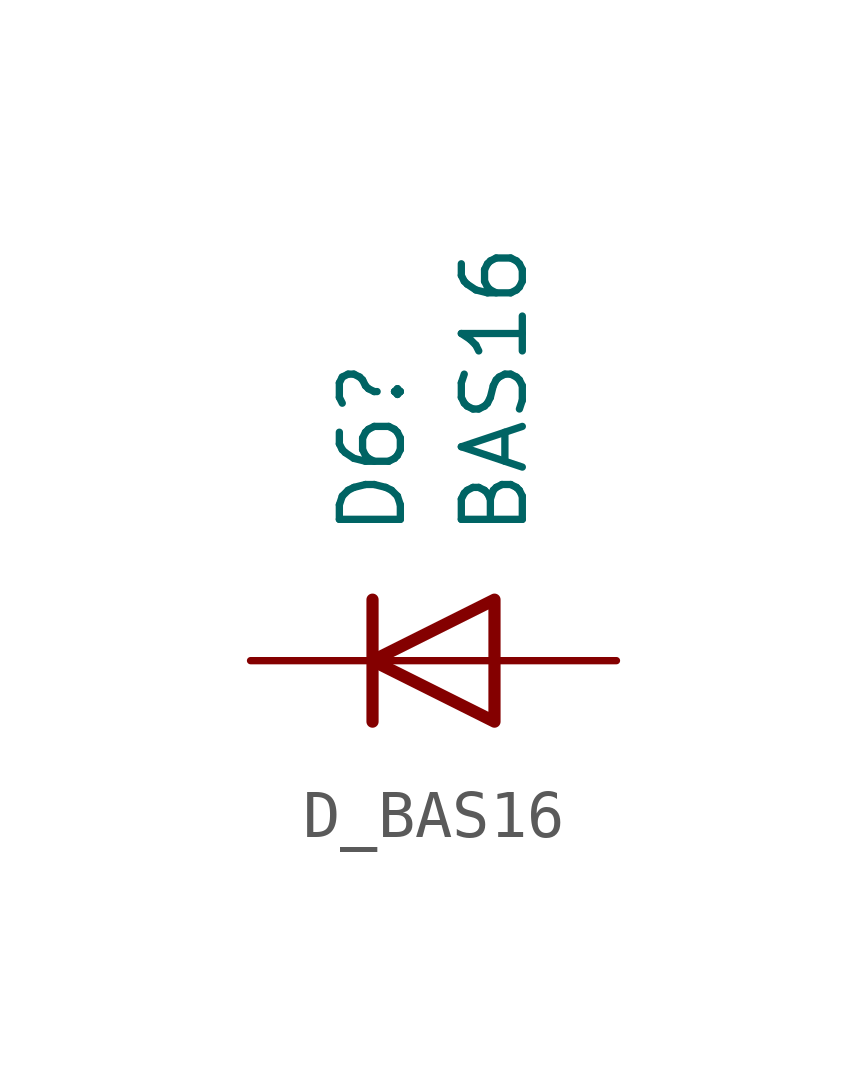
<source format=kicad_sym>
(kicad_symbol_lib
  (version 20241209)
  (generator "kicad_symbol_editor")
  (generator_version "9.0")
  (symbol "D_BAS16"
    (pin_numbers
      (hide yes))
    (pin_names
      (offset 1.016)
      (hide yes))
    (property "Reference" "D6"
      (at -1.27 2.54 90)
      (effects (font (size 1.27 1.27)) (justify left)))
    (property "Value" "BAS16"
      (at 1.27 2.54 90)
      (effects (font (size 1.27 1.27)) (justify left)))
    (symbol "D_BAS16_0_1"
      (polyline (pts (xy -1.27 1.27) (xy -1.27 -1.27)) (stroke (width 0.254) (type default)) (fill (type none)))
      (polyline (pts (xy 1.27 1.27) (xy 1.27 -1.27) (xy -1.27 0) (xy 1.27 1.27)) (stroke (width 0.254) (type default)) (fill (type none)))
      (polyline (pts (xy 1.27 0) (xy -1.27 0)) (stroke (width 0) (type default)) (fill (type none))))
    (symbol "D_BAS16_1_1"
      (pin passive line (at -3.81 0 0) (length 2.54) (name "K" (effects (font (size 1.27 1.27)))) (number "3" (effects (font (size 1.27 1.27)))))
      (pin no_connect line (at 0 2.54 180) (length 2.54) (hide yes) (name "2" (effects (font (size 1.27 1.27)))) (number "" (effects (font (size 1.27 1.27)))))
      (pin passive line (at 3.81 0 180) (length 2.54) (name "A" (effects (font (size 1.27 1.27)))) (number "1" (effects (font (size 1.27 1.27))))))))
</source>
